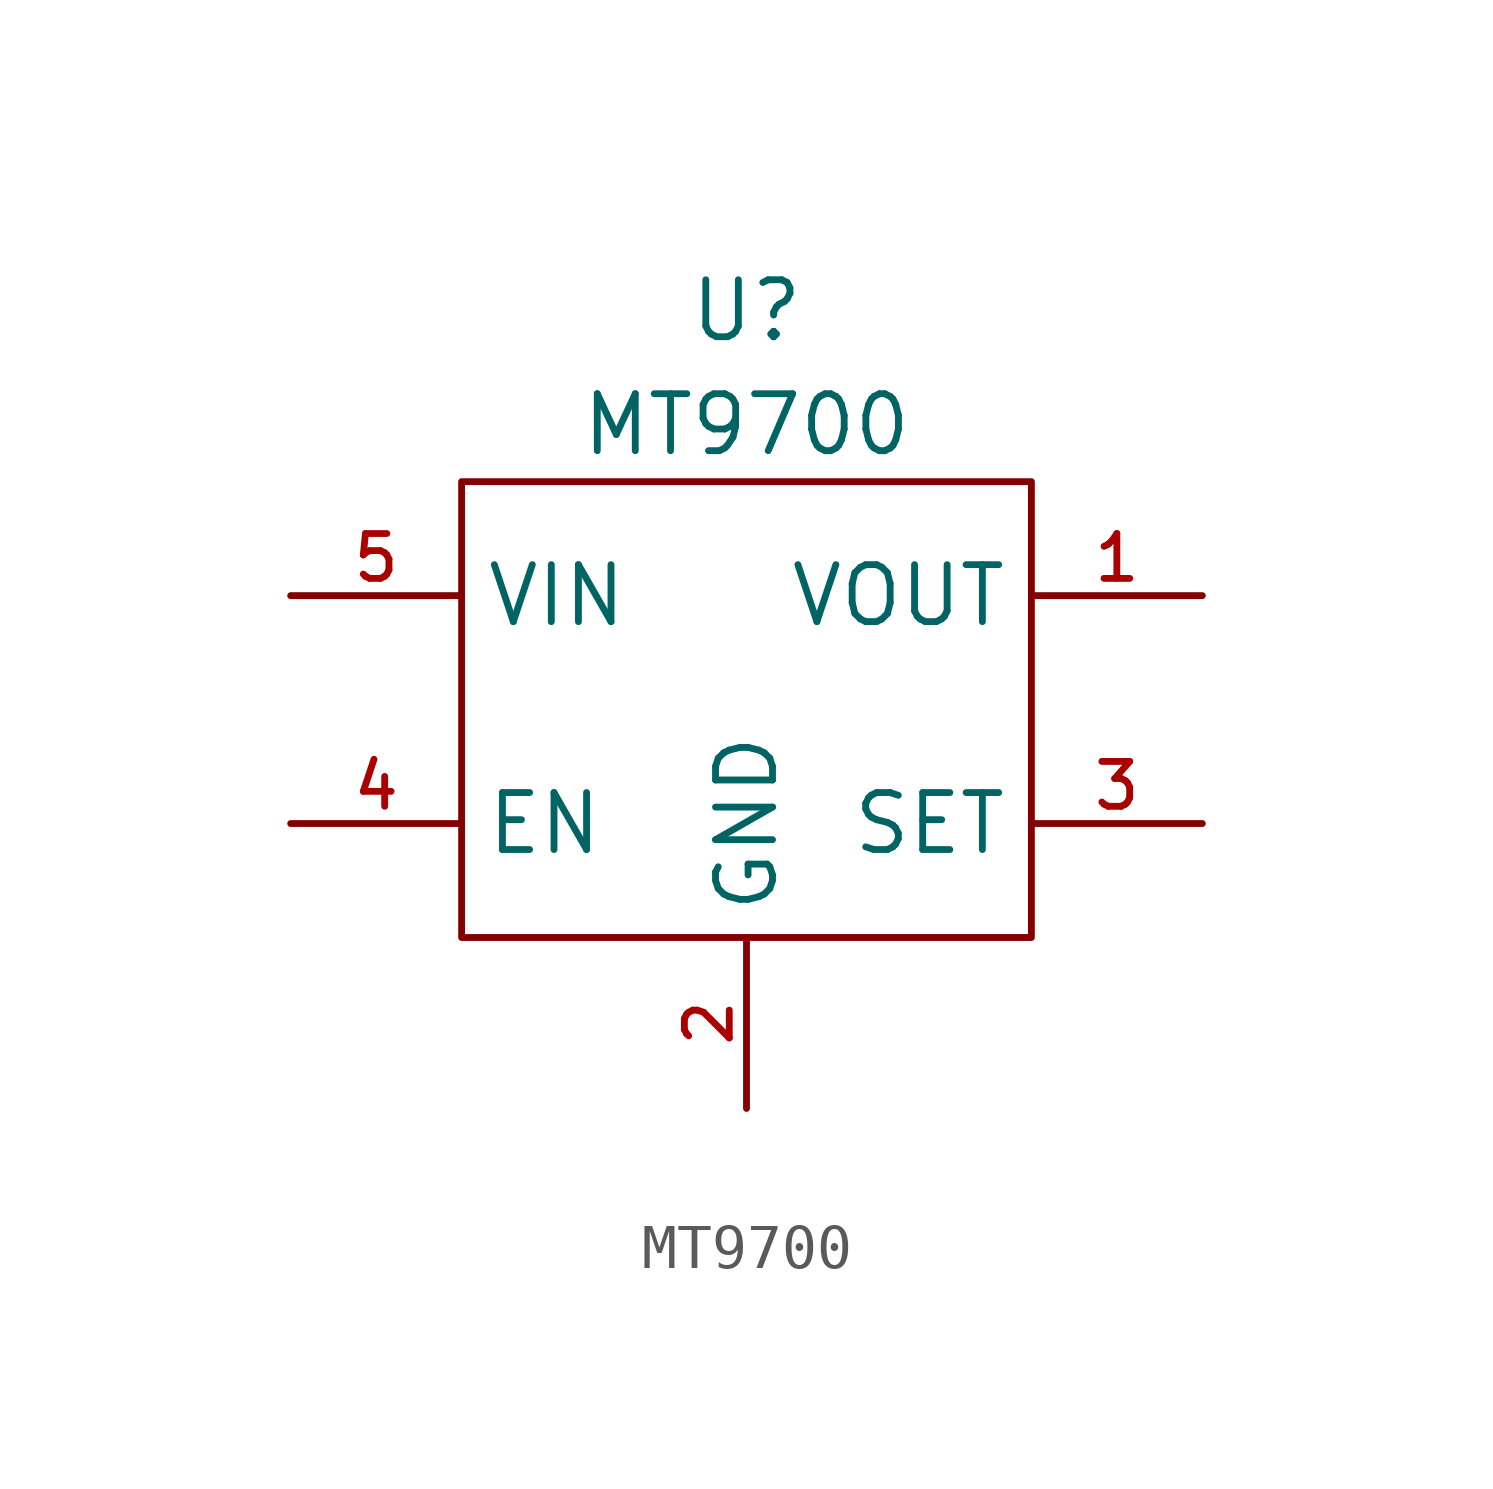
<source format=kicad_sym>
(kicad_symbol_lib
  (version 20220914)
  (generator kicad_symbol_editor)
  (symbol "MT9700"
    (property "Reference" "U"
      (at 0 3.81 0)
      (effects (font (size 1.27 1.27))))
    (property "Value" "MT9700"
      (at 0 1.27 0)
      (effects (font (size 1.27 1.27))))
    (symbol "MT9700_0_1"
      (rectangle (start -6.35 0) (end 6.35 -10.16) (stroke (width 0) (type default)) (fill (type none))))
    (symbol "MT9700_1_0"
      (pin power_out line (at 10.16 -2.54 180) (length 3.81) (name "VOUT" (effects (font (size 1.27 1.27)))) (number "1" (effects (font (size 1 1)))))
      (pin power_in line (at 0 -13.97 90) (length 3.81) (name "GND" (effects (font (size 1.27 1.27)))) (number "2" (effects (font (size 1 1)))))
      (pin passive line (at 10.16 -7.62 180) (length 3.81) (name "SET" (effects (font (size 1.27 1.27)))) (number "3" (effects (font (size 1 1)))))
      (pin input line (at -10.16 -7.62 0) (length 3.81) (name "EN" (effects (font (size 1.27 1.27)))) (number "4" (effects (font (size 1 1)))))
      (pin power_in line (at -10.16 -2.54 0) (length 3.81) (name "VIN" (effects (font (size 1.27 1.27)))) (number "5" (effects (font (size 1 1))))))))
</source>
